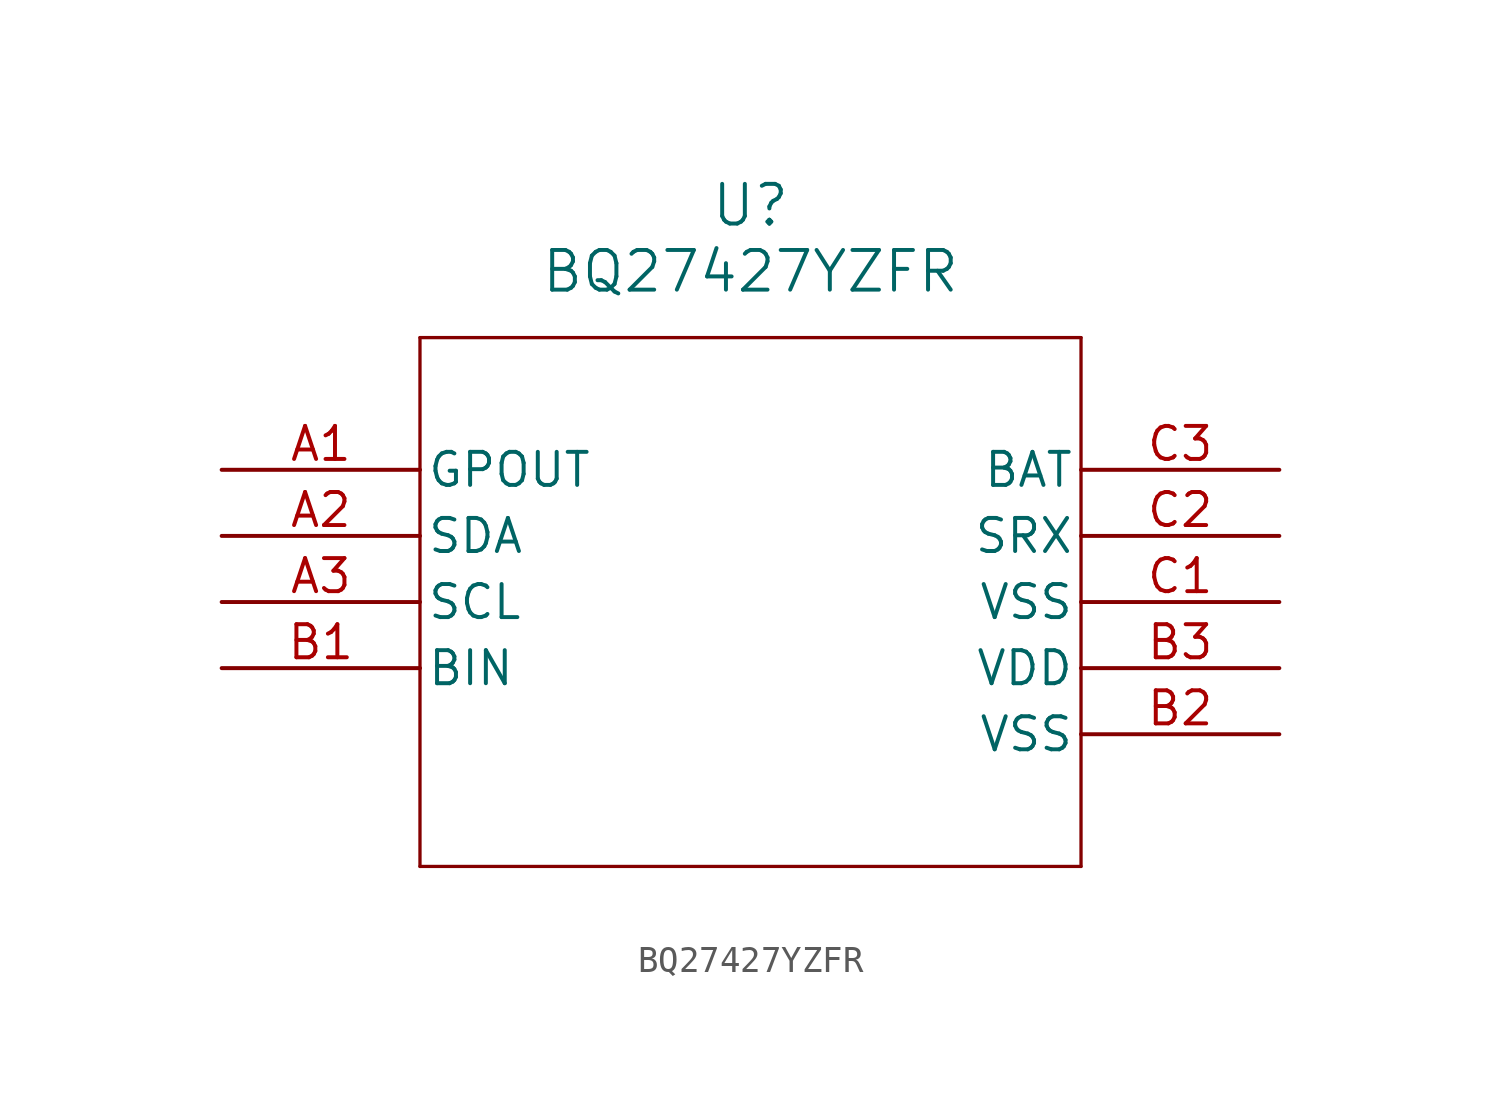
<source format=kicad_sym>
(kicad_symbol_lib
  (version 20211014)
  (generator kicad_symbol_editor)
  (symbol "BQ27427YZFR"
    (pin_names
      (offset 0.254))
    (property "Reference" "U"
      (at 20.32 10.16 0)
      (effects (font (size 1.524 1.524))))
    (property "Value" "BQ27427YZFR"
      (at 20.32 7.62 0)
      (effects (font (size 1.524 1.524))))
    (symbol "BQ27427YZFR_0_1"
      (polyline (pts (xy 7.62 5.08) (xy 7.62 -15.24)) (stroke (width 0.127) (type default) (color 0 0 0 0)) (fill (type none)))
      (polyline (pts (xy 7.62 -15.24) (xy 33.02 -15.24)) (stroke (width 0.127) (type default) (color 0 0 0 0)) (fill (type none)))
      (polyline (pts (xy 33.02 -15.24) (xy 33.02 5.08)) (stroke (width 0.127) (type default) (color 0 0 0 0)) (fill (type none)))
      (polyline (pts (xy 33.02 5.08) (xy 7.62 5.08)) (stroke (width 0.127) (type default) (color 0 0 0 0)) (fill (type none)))
      (pin output line (at 0 0 0) (length 7.62) (name "GPOUT" (effects (font (size 1.27 1.27)))) (number "A1" (effects (font (size 1.27 1.27)))))
      (pin bidirectional line (at 0 -2.54 0) (length 7.62) (name "SDA" (effects (font (size 1.27 1.27)))) (number "A2" (effects (font (size 1.27 1.27)))))
      (pin bidirectional line (at 0 -5.08 0) (length 7.62) (name "SCL" (effects (font (size 1.27 1.27)))) (number "A3" (effects (font (size 1.27 1.27)))))
      (pin input line (at 0 -7.62 0) (length 7.62) (name "BIN" (effects (font (size 1.27 1.27)))) (number "B1" (effects (font (size 1.27 1.27)))))
      (pin power_out line (at 40.64 -10.16 180) (length 7.62) (name "VSS" (effects (font (size 1.27 1.27)))) (number "B2" (effects (font (size 1.27 1.27)))))
      (pin output line (at 40.64 -7.62 180) (length 7.62) (name "VDD" (effects (font (size 1.27 1.27)))) (number "B3" (effects (font (size 1.27 1.27)))))
      (pin power_out line (at 40.64 -5.08 180) (length 7.62) (name "VSS" (effects (font (size 1.27 1.27)))) (number "C1" (effects (font (size 1.27 1.27)))))
      (pin input line (at 40.64 -2.54 180) (length 7.62) (name "SRX" (effects (font (size 1.27 1.27)))) (number "C2" (effects (font (size 1.27 1.27)))))
      (pin power_in line (at 40.64 0 180) (length 7.62) (name "BAT" (effects (font (size 1.27 1.27)))) (number "C3" (effects (font (size 1.27 1.27))))))))
</source>
